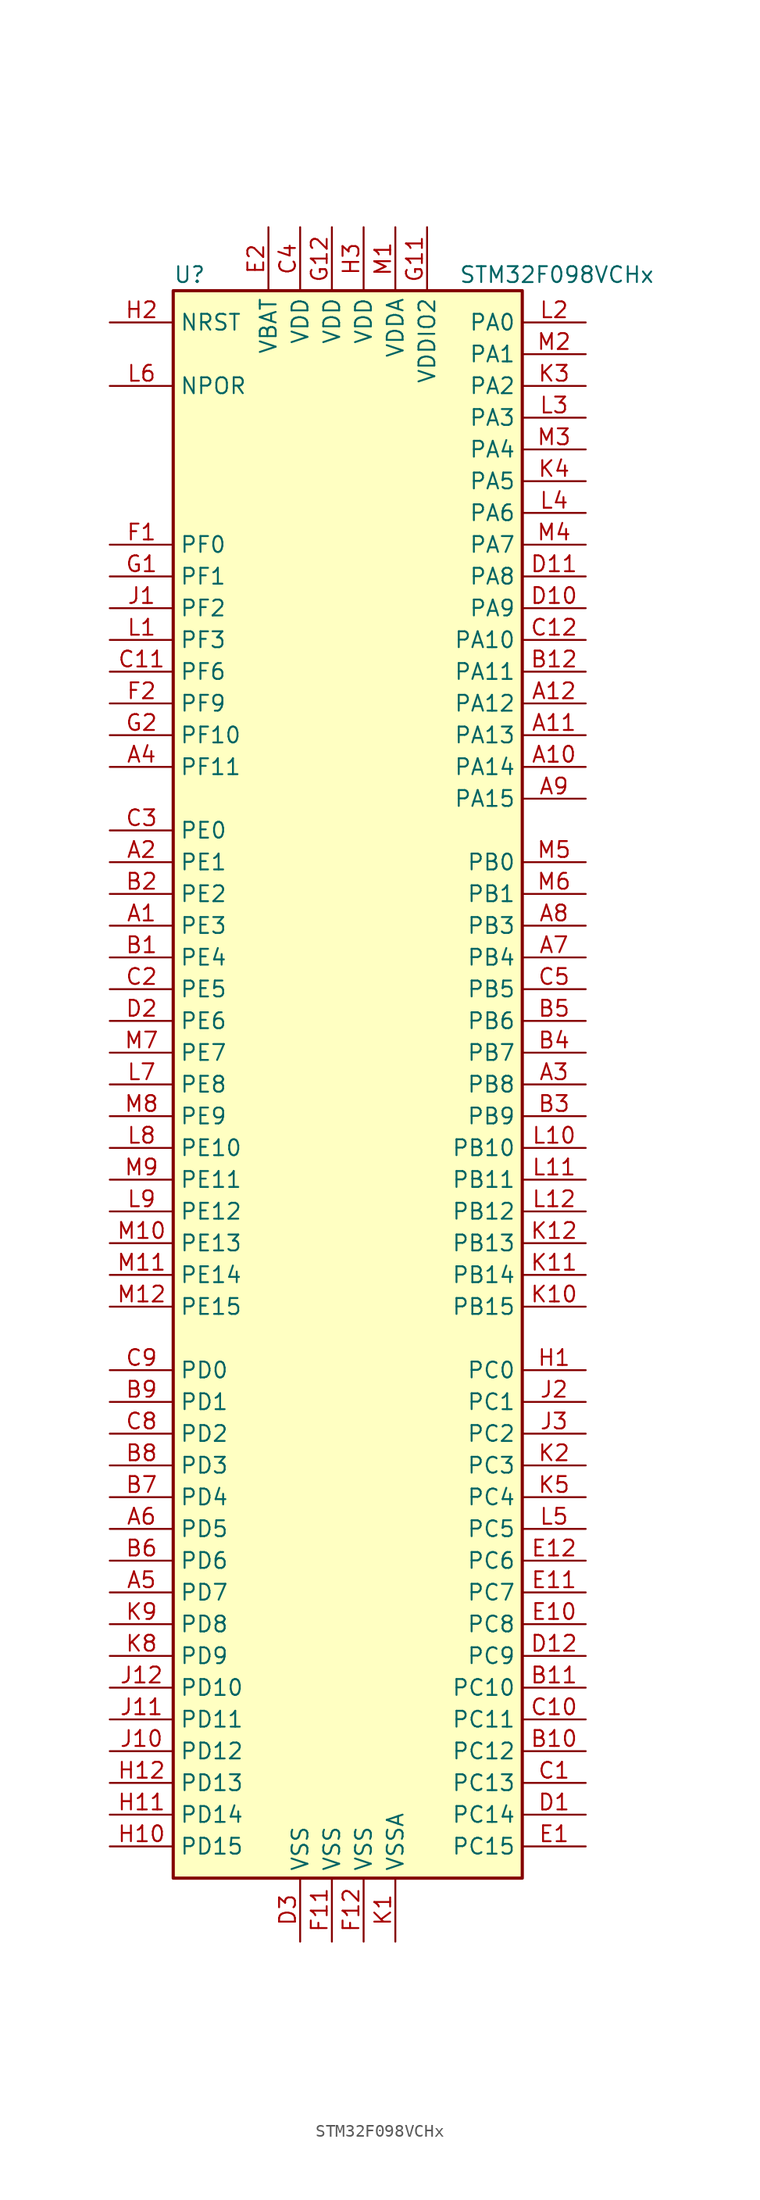
<source format=kicad_sym>
(kicad_symbol_lib
  (version 20200908)
  (generator kicad_symbol_editor)
  (symbol "MCU_ST_STM32F0:STM32F098VCHx"
    (property "Reference" "U"
      (at -15.24 64.77 0)
      (effects (font (size 1.27 1.27)) (justify left)))
    (property "Value" "STM32F098VCHx"
      (at 7.62 64.77 0)
      (effects (font (size 1.27 1.27)) (justify left)))
    (symbol "STM32F098VCHx_0_1"
      (rectangle (start -15.24 -63.5) (end 12.7 63.5) (stroke (width 0.254)) (fill (type background))))
    (symbol "STM32F098VCHx_1_1"
      (pin bidirectional line (at -20.32 12.7 0) (length 5.08) (name "PE3" (effects (font (size 1.27 1.27)))) (number "A1" (effects (font (size 1.27 1.27)))))
      (pin bidirectional line (at 17.78 25.4 180) (length 5.08) (name "PA14" (effects (font (size 1.27 1.27)))) (number "A10" (effects (font (size 1.27 1.27)))))
      (pin bidirectional line (at 17.78 27.94 180) (length 5.08) (name "PA13" (effects (font (size 1.27 1.27)))) (number "A11" (effects (font (size 1.27 1.27)))))
      (pin bidirectional line (at 17.78 30.48 180) (length 5.08) (name "PA12" (effects (font (size 1.27 1.27)))) (number "A12" (effects (font (size 1.27 1.27)))))
      (pin bidirectional line (at -20.32 17.78 0) (length 5.08) (name "PE1" (effects (font (size 1.27 1.27)))) (number "A2" (effects (font (size 1.27 1.27)))))
      (pin bidirectional line (at 17.78 0 180) (length 5.08) (name "PB8" (effects (font (size 1.27 1.27)))) (number "A3" (effects (font (size 1.27 1.27)))))
      (pin bidirectional line (at -20.32 25.4 0) (length 5.08) (name "PF11" (effects (font (size 1.27 1.27)))) (number "A4" (effects (font (size 1.27 1.27)))))
      (pin bidirectional line (at -20.32 -40.64 0) (length 5.08) (name "PD7" (effects (font (size 1.27 1.27)))) (number "A5" (effects (font (size 1.27 1.27)))))
      (pin bidirectional line (at -20.32 -35.56 0) (length 5.08) (name "PD5" (effects (font (size 1.27 1.27)))) (number "A6" (effects (font (size 1.27 1.27)))))
      (pin bidirectional line (at 17.78 10.16 180) (length 5.08) (name "PB4" (effects (font (size 1.27 1.27)))) (number "A7" (effects (font (size 1.27 1.27)))))
      (pin bidirectional line (at 17.78 12.7 180) (length 5.08) (name "PB3" (effects (font (size 1.27 1.27)))) (number "A8" (effects (font (size 1.27 1.27)))))
      (pin bidirectional line (at 17.78 22.86 180) (length 5.08) (name "PA15" (effects (font (size 1.27 1.27)))) (number "A9" (effects (font (size 1.27 1.27)))))
      (pin bidirectional line (at -20.32 10.16 0) (length 5.08) (name "PE4" (effects (font (size 1.27 1.27)))) (number "B1" (effects (font (size 1.27 1.27)))))
      (pin bidirectional line (at 17.78 -53.34 180) (length 5.08) (name "PC12" (effects (font (size 1.27 1.27)))) (number "B10" (effects (font (size 1.27 1.27)))))
      (pin bidirectional line (at 17.78 -48.26 180) (length 5.08) (name "PC10" (effects (font (size 1.27 1.27)))) (number "B11" (effects (font (size 1.27 1.27)))))
      (pin bidirectional line (at 17.78 33.02 180) (length 5.08) (name "PA11" (effects (font (size 1.27 1.27)))) (number "B12" (effects (font (size 1.27 1.27)))))
      (pin bidirectional line (at -20.32 15.24 0) (length 5.08) (name "PE2" (effects (font (size 1.27 1.27)))) (number "B2" (effects (font (size 1.27 1.27)))))
      (pin bidirectional line (at 17.78 -2.54 180) (length 5.08) (name "PB9" (effects (font (size 1.27 1.27)))) (number "B3" (effects (font (size 1.27 1.27)))))
      (pin bidirectional line (at 17.78 2.54 180) (length 5.08) (name "PB7" (effects (font (size 1.27 1.27)))) (number "B4" (effects (font (size 1.27 1.27)))))
      (pin bidirectional line (at 17.78 5.08 180) (length 5.08) (name "PB6" (effects (font (size 1.27 1.27)))) (number "B5" (effects (font (size 1.27 1.27)))))
      (pin bidirectional line (at -20.32 -38.1 0) (length 5.08) (name "PD6" (effects (font (size 1.27 1.27)))) (number "B6" (effects (font (size 1.27 1.27)))))
      (pin bidirectional line (at -20.32 -33.02 0) (length 5.08) (name "PD4" (effects (font (size 1.27 1.27)))) (number "B7" (effects (font (size 1.27 1.27)))))
      (pin bidirectional line (at -20.32 -30.48 0) (length 5.08) (name "PD3" (effects (font (size 1.27 1.27)))) (number "B8" (effects (font (size 1.27 1.27)))))
      (pin bidirectional line (at -20.32 -25.4 0) (length 5.08) (name "PD1" (effects (font (size 1.27 1.27)))) (number "B9" (effects (font (size 1.27 1.27)))))
      (pin bidirectional line (at 17.78 -55.88 180) (length 5.08) (name "PC13" (effects (font (size 1.27 1.27)))) (number "C1" (effects (font (size 1.27 1.27)))))
      (pin bidirectional line (at 17.78 -50.8 180) (length 5.08) (name "PC11" (effects (font (size 1.27 1.27)))) (number "C10" (effects (font (size 1.27 1.27)))))
      (pin bidirectional line (at -20.32 33.02 0) (length 5.08) (name "PF6" (effects (font (size 1.27 1.27)))) (number "C11" (effects (font (size 1.27 1.27)))))
      (pin bidirectional line (at 17.78 35.56 180) (length 5.08) (name "PA10" (effects (font (size 1.27 1.27)))) (number "C12" (effects (font (size 1.27 1.27)))))
      (pin bidirectional line (at -20.32 7.62 0) (length 5.08) (name "PE5" (effects (font (size 1.27 1.27)))) (number "C2" (effects (font (size 1.27 1.27)))))
      (pin bidirectional line (at -20.32 20.32 0) (length 5.08) (name "PE0" (effects (font (size 1.27 1.27)))) (number "C3" (effects (font (size 1.27 1.27)))))
      (pin power_in line (at -5.08 68.58 270) (length 5.08) (name "VDD" (effects (font (size 1.27 1.27)))) (number "C4" (effects (font (size 1.27 1.27)))))
      (pin bidirectional line (at 17.78 7.62 180) (length 5.08) (name "PB5" (effects (font (size 1.27 1.27)))) (number "C5" (effects (font (size 1.27 1.27)))))
      (pin bidirectional line (at -20.32 -27.94 0) (length 5.08) (name "PD2" (effects (font (size 1.27 1.27)))) (number "C8" (effects (font (size 1.27 1.27)))))
      (pin bidirectional line (at -20.32 -22.86 0) (length 5.08) (name "PD0" (effects (font (size 1.27 1.27)))) (number "C9" (effects (font (size 1.27 1.27)))))
      (pin bidirectional line (at 17.78 -58.42 180) (length 5.08) (name "PC14" (effects (font (size 1.27 1.27)))) (number "D1" (effects (font (size 1.27 1.27)))))
      (pin bidirectional line (at 17.78 38.1 180) (length 5.08) (name "PA9" (effects (font (size 1.27 1.27)))) (number "D10" (effects (font (size 1.27 1.27)))))
      (pin bidirectional line (at 17.78 40.64 180) (length 5.08) (name "PA8" (effects (font (size 1.27 1.27)))) (number "D11" (effects (font (size 1.27 1.27)))))
      (pin bidirectional line (at 17.78 -45.72 180) (length 5.08) (name "PC9" (effects (font (size 1.27 1.27)))) (number "D12" (effects (font (size 1.27 1.27)))))
      (pin bidirectional line (at -20.32 5.08 0) (length 5.08) (name "PE6" (effects (font (size 1.27 1.27)))) (number "D2" (effects (font (size 1.27 1.27)))))
      (pin power_in line (at -5.08 -68.58 90) (length 5.08) (name "VSS" (effects (font (size 1.27 1.27)))) (number "D3" (effects (font (size 1.27 1.27)))))
      (pin bidirectional line (at 17.78 -60.96 180) (length 5.08) (name "PC15" (effects (font (size 1.27 1.27)))) (number "E1" (effects (font (size 1.27 1.27)))))
      (pin bidirectional line (at 17.78 -43.18 180) (length 5.08) (name "PC8" (effects (font (size 1.27 1.27)))) (number "E10" (effects (font (size 1.27 1.27)))))
      (pin bidirectional line (at 17.78 -40.64 180) (length 5.08) (name "PC7" (effects (font (size 1.27 1.27)))) (number "E11" (effects (font (size 1.27 1.27)))))
      (pin bidirectional line (at 17.78 -38.1 180) (length 5.08) (name "PC6" (effects (font (size 1.27 1.27)))) (number "E12" (effects (font (size 1.27 1.27)))))
      (pin power_in line (at -7.62 68.58 270) (length 5.08) (name "VBAT" (effects (font (size 1.27 1.27)))) (number "E2" (effects (font (size 1.27 1.27)))))
      (pin unconnected line (at -15.24 -60.96 0) (length 5.08) hide (name "NC" (effects (font (size 1.27 1.27)))) (number "E3" (effects (font (size 1.27 1.27)))))
      (pin input line (at -20.32 43.18 0) (length 5.08) (name "PF0" (effects (font (size 1.27 1.27)))) (number "F1" (effects (font (size 1.27 1.27)))))
      (pin power_in line (at -2.54 -68.58 90) (length 5.08) (name "VSS" (effects (font (size 1.27 1.27)))) (number "F11" (effects (font (size 1.27 1.27)))))
      (pin power_in line (at 0 -68.58 90) (length 5.08) (name "VSS" (effects (font (size 1.27 1.27)))) (number "F12" (effects (font (size 1.27 1.27)))))
      (pin bidirectional line (at -20.32 30.48 0) (length 5.08) (name "PF9" (effects (font (size 1.27 1.27)))) (number "F2" (effects (font (size 1.27 1.27)))))
      (pin input line (at -20.32 40.64 0) (length 5.08) (name "PF1" (effects (font (size 1.27 1.27)))) (number "G1" (effects (font (size 1.27 1.27)))))
      (pin power_in line (at 5.08 68.58 270) (length 5.08) (name "VDDIO2" (effects (font (size 1.27 1.27)))) (number "G11" (effects (font (size 1.27 1.27)))))
      (pin power_in line (at -2.54 68.58 270) (length 5.08) (name "VDD" (effects (font (size 1.27 1.27)))) (number "G12" (effects (font (size 1.27 1.27)))))
      (pin bidirectional line (at -20.32 27.94 0) (length 5.08) (name "PF10" (effects (font (size 1.27 1.27)))) (number "G2" (effects (font (size 1.27 1.27)))))
      (pin bidirectional line (at 17.78 -22.86 180) (length 5.08) (name "PC0" (effects (font (size 1.27 1.27)))) (number "H1" (effects (font (size 1.27 1.27)))))
      (pin bidirectional line (at -20.32 -60.96 0) (length 5.08) (name "PD15" (effects (font (size 1.27 1.27)))) (number "H10" (effects (font (size 1.27 1.27)))))
      (pin bidirectional line (at -20.32 -58.42 0) (length 5.08) (name "PD14" (effects (font (size 1.27 1.27)))) (number "H11" (effects (font (size 1.27 1.27)))))
      (pin bidirectional line (at -20.32 -55.88 0) (length 5.08) (name "PD13" (effects (font (size 1.27 1.27)))) (number "H12" (effects (font (size 1.27 1.27)))))
      (pin input line (at -20.32 60.96 0) (length 5.08) (name "NRST" (effects (font (size 1.27 1.27)))) (number "H2" (effects (font (size 1.27 1.27)))))
      (pin power_in line (at 0 68.58 270) (length 5.08) (name "VDD" (effects (font (size 1.27 1.27)))) (number "H3" (effects (font (size 1.27 1.27)))))
      (pin bidirectional line (at -20.32 38.1 0) (length 5.08) (name "PF2" (effects (font (size 1.27 1.27)))) (number "J1" (effects (font (size 1.27 1.27)))))
      (pin bidirectional line (at -20.32 -53.34 0) (length 5.08) (name "PD12" (effects (font (size 1.27 1.27)))) (number "J10" (effects (font (size 1.27 1.27)))))
      (pin bidirectional line (at -20.32 -50.8 0) (length 5.08) (name "PD11" (effects (font (size 1.27 1.27)))) (number "J11" (effects (font (size 1.27 1.27)))))
      (pin bidirectional line (at -20.32 -48.26 0) (length 5.08) (name "PD10" (effects (font (size 1.27 1.27)))) (number "J12" (effects (font (size 1.27 1.27)))))
      (pin bidirectional line (at 17.78 -25.4 180) (length 5.08) (name "PC1" (effects (font (size 1.27 1.27)))) (number "J2" (effects (font (size 1.27 1.27)))))
      (pin bidirectional line (at 17.78 -27.94 180) (length 5.08) (name "PC2" (effects (font (size 1.27 1.27)))) (number "J3" (effects (font (size 1.27 1.27)))))
      (pin power_in line (at 2.54 -68.58 90) (length 5.08) (name "VSSA" (effects (font (size 1.27 1.27)))) (number "K1" (effects (font (size 1.27 1.27)))))
      (pin bidirectional line (at 17.78 -17.78 180) (length 5.08) (name "PB15" (effects (font (size 1.27 1.27)))) (number "K10" (effects (font (size 1.27 1.27)))))
      (pin bidirectional line (at 17.78 -15.24 180) (length 5.08) (name "PB14" (effects (font (size 1.27 1.27)))) (number "K11" (effects (font (size 1.27 1.27)))))
      (pin bidirectional line (at 17.78 -12.7 180) (length 5.08) (name "PB13" (effects (font (size 1.27 1.27)))) (number "K12" (effects (font (size 1.27 1.27)))))
      (pin bidirectional line (at 17.78 -30.48 180) (length 5.08) (name "PC3" (effects (font (size 1.27 1.27)))) (number "K2" (effects (font (size 1.27 1.27)))))
      (pin bidirectional line (at 17.78 55.88 180) (length 5.08) (name "PA2" (effects (font (size 1.27 1.27)))) (number "K3" (effects (font (size 1.27 1.27)))))
      (pin bidirectional line (at 17.78 48.26 180) (length 5.08) (name "PA5" (effects (font (size 1.27 1.27)))) (number "K4" (effects (font (size 1.27 1.27)))))
      (pin bidirectional line (at 17.78 -33.02 180) (length 5.08) (name "PC4" (effects (font (size 1.27 1.27)))) (number "K5" (effects (font (size 1.27 1.27)))))
      (pin bidirectional line (at -20.32 -45.72 0) (length 5.08) (name "PD9" (effects (font (size 1.27 1.27)))) (number "K8" (effects (font (size 1.27 1.27)))))
      (pin bidirectional line (at -20.32 -43.18 0) (length 5.08) (name "PD8" (effects (font (size 1.27 1.27)))) (number "K9" (effects (font (size 1.27 1.27)))))
      (pin bidirectional line (at -20.32 35.56 0) (length 5.08) (name "PF3" (effects (font (size 1.27 1.27)))) (number "L1" (effects (font (size 1.27 1.27)))))
      (pin bidirectional line (at 17.78 -5.08 180) (length 5.08) (name "PB10" (effects (font (size 1.27 1.27)))) (number "L10" (effects (font (size 1.27 1.27)))))
      (pin bidirectional line (at 17.78 -7.62 180) (length 5.08) (name "PB11" (effects (font (size 1.27 1.27)))) (number "L11" (effects (font (size 1.27 1.27)))))
      (pin bidirectional line (at 17.78 -10.16 180) (length 5.08) (name "PB12" (effects (font (size 1.27 1.27)))) (number "L12" (effects (font (size 1.27 1.27)))))
      (pin bidirectional line (at 17.78 60.96 180) (length 5.08) (name "PA0" (effects (font (size 1.27 1.27)))) (number "L2" (effects (font (size 1.27 1.27)))))
      (pin bidirectional line (at 17.78 53.34 180) (length 5.08) (name "PA3" (effects (font (size 1.27 1.27)))) (number "L3" (effects (font (size 1.27 1.27)))))
      (pin bidirectional line (at 17.78 45.72 180) (length 5.08) (name "PA6" (effects (font (size 1.27 1.27)))) (number "L4" (effects (font (size 1.27 1.27)))))
      (pin bidirectional line (at 17.78 -35.56 180) (length 5.08) (name "PC5" (effects (font (size 1.27 1.27)))) (number "L5" (effects (font (size 1.27 1.27)))))
      (pin power_in line (at -20.32 55.88 0) (length 5.08) (name "NPOR" (effects (font (size 1.27 1.27)))) (number "L6" (effects (font (size 1.27 1.27)))))
      (pin bidirectional line (at -20.32 0 0) (length 5.08) (name "PE8" (effects (font (size 1.27 1.27)))) (number "L7" (effects (font (size 1.27 1.27)))))
      (pin bidirectional line (at -20.32 -5.08 0) (length 5.08) (name "PE10" (effects (font (size 1.27 1.27)))) (number "L8" (effects (font (size 1.27 1.27)))))
      (pin bidirectional line (at -20.32 -10.16 0) (length 5.08) (name "PE12" (effects (font (size 1.27 1.27)))) (number "L9" (effects (font (size 1.27 1.27)))))
      (pin power_in line (at 2.54 68.58 270) (length 5.08) (name "VDDA" (effects (font (size 1.27 1.27)))) (number "M1" (effects (font (size 1.27 1.27)))))
      (pin bidirectional line (at -20.32 -12.7 0) (length 5.08) (name "PE13" (effects (font (size 1.27 1.27)))) (number "M10" (effects (font (size 1.27 1.27)))))
      (pin bidirectional line (at -20.32 -15.24 0) (length 5.08) (name "PE14" (effects (font (size 1.27 1.27)))) (number "M11" (effects (font (size 1.27 1.27)))))
      (pin bidirectional line (at -20.32 -17.78 0) (length 5.08) (name "PE15" (effects (font (size 1.27 1.27)))) (number "M12" (effects (font (size 1.27 1.27)))))
      (pin bidirectional line (at 17.78 58.42 180) (length 5.08) (name "PA1" (effects (font (size 1.27 1.27)))) (number "M2" (effects (font (size 1.27 1.27)))))
      (pin bidirectional line (at 17.78 50.8 180) (length 5.08) (name "PA4" (effects (font (size 1.27 1.27)))) (number "M3" (effects (font (size 1.27 1.27)))))
      (pin bidirectional line (at 17.78 43.18 180) (length 5.08) (name "PA7" (effects (font (size 1.27 1.27)))) (number "M4" (effects (font (size 1.27 1.27)))))
      (pin bidirectional line (at 17.78 17.78 180) (length 5.08) (name "PB0" (effects (font (size 1.27 1.27)))) (number "M5" (effects (font (size 1.27 1.27)))))
      (pin bidirectional line (at 17.78 15.24 180) (length 5.08) (name "PB1" (effects (font (size 1.27 1.27)))) (number "M6" (effects (font (size 1.27 1.27)))))
      (pin bidirectional line (at -20.32 2.54 0) (length 5.08) (name "PE7" (effects (font (size 1.27 1.27)))) (number "M7" (effects (font (size 1.27 1.27)))))
      (pin bidirectional line (at -20.32 -2.54 0) (length 5.08) (name "PE9" (effects (font (size 1.27 1.27)))) (number "M8" (effects (font (size 1.27 1.27)))))
      (pin bidirectional line (at -20.32 -7.62 0) (length 5.08) (name "PE11" (effects (font (size 1.27 1.27)))) (number "M9" (effects (font (size 1.27 1.27))))))))
</source>
